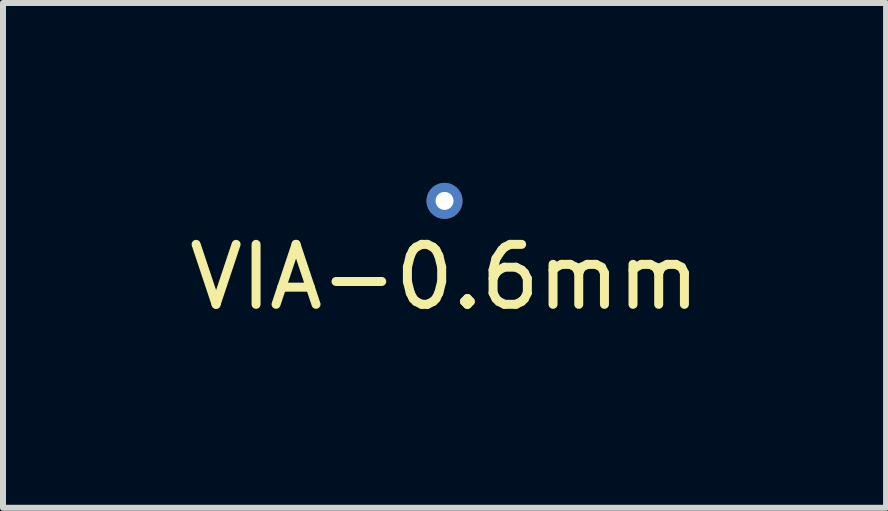
<source format=kicad_pcb>
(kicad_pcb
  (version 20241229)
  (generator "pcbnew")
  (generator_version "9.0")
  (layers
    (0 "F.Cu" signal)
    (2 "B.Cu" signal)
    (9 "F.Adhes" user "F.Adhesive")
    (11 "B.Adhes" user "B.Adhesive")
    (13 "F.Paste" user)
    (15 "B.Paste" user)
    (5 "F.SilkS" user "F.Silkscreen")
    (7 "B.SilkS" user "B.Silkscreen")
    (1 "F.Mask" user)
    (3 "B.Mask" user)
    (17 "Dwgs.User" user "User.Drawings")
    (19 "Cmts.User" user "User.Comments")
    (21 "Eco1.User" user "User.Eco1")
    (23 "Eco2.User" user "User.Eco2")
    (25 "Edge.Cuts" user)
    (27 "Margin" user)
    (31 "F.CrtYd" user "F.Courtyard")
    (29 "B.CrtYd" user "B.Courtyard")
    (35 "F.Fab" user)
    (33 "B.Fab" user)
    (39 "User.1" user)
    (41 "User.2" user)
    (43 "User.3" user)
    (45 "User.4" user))
  (footprint "VIA-0.6mm"
    (layer "F.Cu")
    (at 4.363 2.078)
    (property "Reference" "VIA-0.6mm" (at 0 -0.508 0) (layer "F.SilkS") (effects (font (size 1 1) (thickness 0.15))))
    (attr through_hole)
    (pad "1" thru_hole circle (at 0 -1.778) (size 0.6 0.6) (drill 0.3) (layers "*.Cu")))
  (gr_rect
    (start -3 -3)
    (end 11.726 5.418)
    (stroke (width 0.1) (type default))
    (fill no)
    (layer "Edge.Cuts")))
</source>
